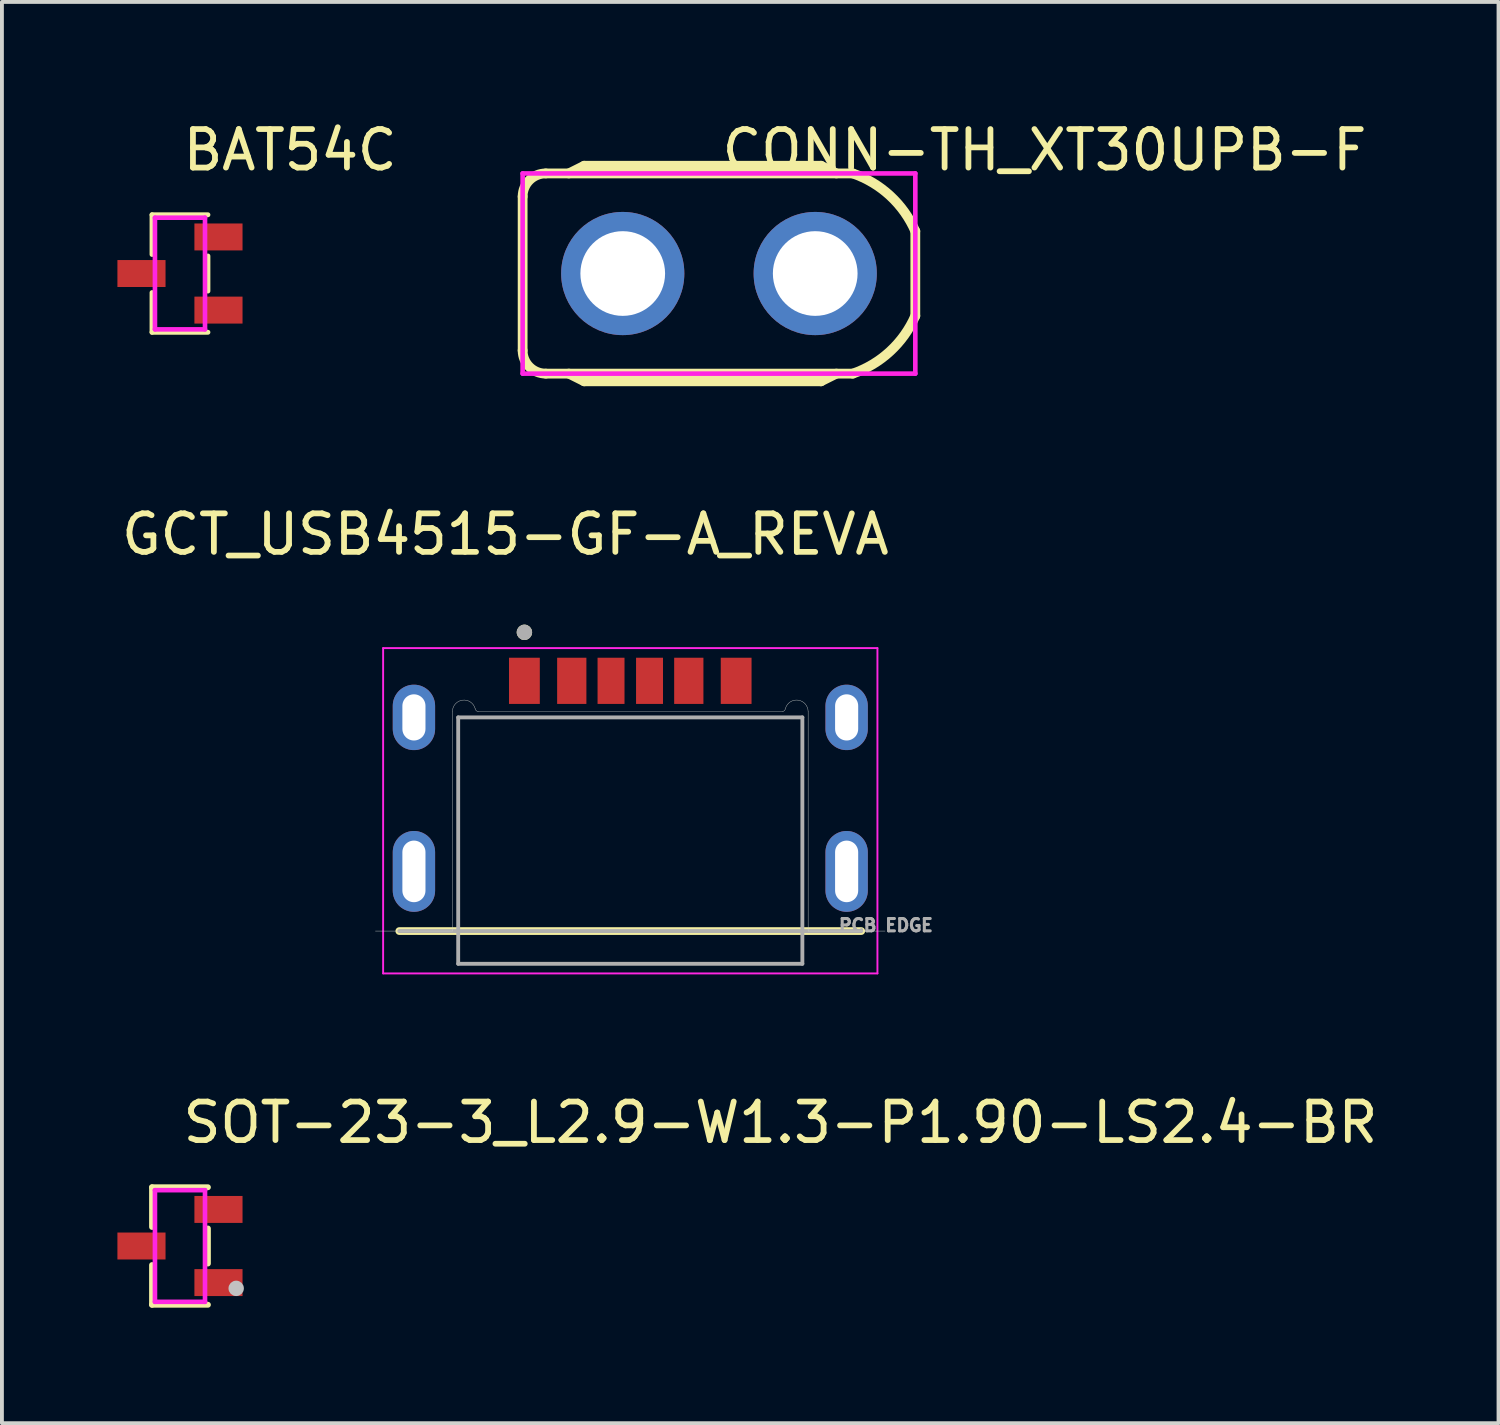
<source format=kicad_pcb>
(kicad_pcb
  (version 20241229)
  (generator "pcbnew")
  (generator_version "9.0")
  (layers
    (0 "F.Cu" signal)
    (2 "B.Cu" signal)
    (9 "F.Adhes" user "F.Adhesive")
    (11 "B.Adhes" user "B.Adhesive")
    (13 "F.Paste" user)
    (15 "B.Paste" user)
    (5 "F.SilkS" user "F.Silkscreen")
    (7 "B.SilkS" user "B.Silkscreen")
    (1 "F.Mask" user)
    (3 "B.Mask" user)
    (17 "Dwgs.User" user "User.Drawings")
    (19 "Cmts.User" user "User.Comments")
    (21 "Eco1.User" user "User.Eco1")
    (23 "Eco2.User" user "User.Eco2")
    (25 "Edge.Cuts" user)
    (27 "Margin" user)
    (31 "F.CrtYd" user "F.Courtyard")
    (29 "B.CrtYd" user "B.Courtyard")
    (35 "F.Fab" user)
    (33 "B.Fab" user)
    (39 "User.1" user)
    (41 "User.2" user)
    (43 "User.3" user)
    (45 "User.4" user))
  (footprint "CONN-TH_XT30UPB-F"
    (layer "F.Cu")
    (at 15.626 4.055)
    (property "Reference" "CONN-TH_XT30UPB-F" (at 0 -3.207 0) (layer "F.SilkS") (effects (font (size 1 1) (thickness 0.15)) (justify left)))
    (attr through_hole)
    (fp_line (start -5.1 2) (end -5.1 -2) (stroke (width 0.254) (type solid)) (layer "F.SilkS"))
    (fp_line (start -4.5 -2.6) (end 3.475 -2.6) (stroke (width 0.254) (type solid)) (layer "F.SilkS"))
    (fp_line (start -4.5 2.6) (end 3.475 2.6) (stroke (width 0.254) (type solid)) (layer "F.SilkS"))
    (fp_line (start -3.9 -2.6) (end -3.5 -2.8) (stroke (width 0.254) (type solid)) (layer "F.SilkS"))
    (fp_line (start -3.9 2.6) (end -3.5 2.8) (stroke (width 0.254) (type solid)) (layer "F.SilkS"))
    (fp_line (start 2.65 -2.8) (end -3.5 -2.8) (stroke (width 0.254) (type solid)) (layer "F.SilkS"))
    (fp_line (start 2.65 2.8) (end -3.5 2.8) (stroke (width 0.254) (type solid)) (layer "F.SilkS"))
    (fp_line (start 3.05 -2.6) (end 2.65 -2.8) (stroke (width 0.254) (type solid)) (layer "F.SilkS"))
    (fp_line (start 3.05 2.6) (end 2.65 2.8) (stroke (width 0.254) (type solid)) (layer "F.SilkS"))
    (fp_line (start 5.1 1.1) (end 5.1 -1.1) (stroke (width 0.254) (type solid)) (layer "F.SilkS"))
    (fp_arc (start -5.1 -2) (mid -4.924264 -2.424264) (end -4.5 -2.6) (stroke (width 0.254) (type solid)) (layer "F.SilkS"))
    (fp_arc (start -4.5 2.6) (mid -4.924264 2.424264) (end -5.1 2) (stroke (width 0.254) (type solid)) (layer "F.SilkS"))
    (fp_arc (start 3.475 -2.6) (mid 4.444678 -2.020411) (end 5.09953 -1.099885) (stroke (width 0.254) (type solid)) (layer "F.SilkS"))
    (fp_arc (start 5.1 1.1) (mid 4.445062 2.020706) (end 3.475233 2.600424) (stroke (width 0.254) (type solid)) (layer "F.SilkS"))
    (fp_circle (center -5.1 2.6) (end -5.07 2.6) (stroke (width 0.06) (type solid)) (fill no) (layer "Eco2.User"))
    (fp_circle (center -2.5 0) (end -2.1 0) (stroke (width 0.8) (type solid)) (fill no) (layer "Eco2.User"))
    (fp_circle (center 2.5 0) (end 2.9 0) (stroke (width 0.8) (type solid)) (fill no) (layer "Eco2.User"))
    (fp_line (start -5.1 -2.6) (end 5.1 -2.6) (stroke (width 0.12) (type solid)) (layer "F.CrtYd"))
    (fp_line (start -5.1 2.6) (end -5.1 -2.6) (stroke (width 0.12) (type solid)) (layer "F.CrtYd"))
    (fp_line (start 5.1 -2.6) (end 5.1 2.6) (stroke (width 0.12) (type solid)) (layer "F.CrtYd"))
    (fp_line (start 5.1 2.6) (end -5.1 2.6) (stroke (width 0.12) (type solid)) (layer "F.CrtYd"))
    (pad "1" thru_hole circle (at -2.5 0 90) (size 3.2 3.2) (drill 2.2) (layers "*.Cu" "*.Mask"))
    (pad "2" thru_hole circle (at 2.5 0 90) (size 3.2 3.2) (drill 2.2) (layers "*.Cu" "*.Mask")))
  (footprint "GCT_USB4515-GF-A_REVA"
    (layer "F.Cu")
    (at 13.322 19.585)
    (property "Reference" "GCT_USB4515-GF-A_REVA" (at -3.245 -8.755 0) (layer "F.SilkS") (effects (font (size 1 1) (thickness 0.15))))
    (attr smd)
    (fp_line (start 6 1.55) (end -6 1.55) (stroke (width 0.2) (type solid)) (layer "F.SilkS"))
    (fp_circle (center -2.75 -6.21) (end -2.65 -6.21) (stroke (width 0.2) (type solid)) (fill no) (layer "F.SilkS"))
    (fp_line (start -6.62 1.55) (end -4.62 1.55) (stroke (width 0.01) (type solid)) (layer "Edge.Cuts"))
    (fp_line (start -4.62 1.55) (end -4.62 -4.15) (stroke (width 0.01) (type solid)) (layer "Edge.Cuts"))
    (fp_line (start -3.95 -4.15) (end 3.95 -4.15) (stroke (width 0.01) (type solid)) (layer "Edge.Cuts"))
    (fp_line (start 4.62 -4.15) (end 4.62 1.55) (stroke (width 0.01) (type solid)) (layer "Edge.Cuts"))
    (fp_line (start 4.62 1.55) (end 6.62 1.55) (stroke (width 0.01) (type solid)) (layer "Edge.Cuts"))
    (fp_arc (start -4.62 -4.15) (mid -4.359942 -4.447699) (end -4.03 -4.23) (stroke (width 0.01) (type solid)) (layer "Edge.Cuts"))
    (fp_arc (start -3.95 -4.15) (mid -4.003271 -4.176729) (end -4.03 -4.23) (stroke (width 0.01) (type solid)) (layer "Edge.Cuts"))
    (fp_arc (start 4.03 -4.23) (mid 4.003271 -4.176729) (end 3.95 -4.15) (stroke (width 0.01) (type solid)) (layer "Edge.Cuts"))
    (fp_arc (start 4.03 -4.23) (mid 4.359942 -4.447699) (end 4.62 -4.15) (stroke (width 0.01) (type solid)) (layer "Edge.Cuts"))
    (fp_line (start -6.42 -5.8) (end -6.42 2.65) (stroke (width 0.05) (type solid)) (layer "F.CrtYd"))
    (fp_line (start -6.42 2.65) (end 6.42 2.65) (stroke (width 0.05) (type solid)) (layer "F.CrtYd"))
    (fp_line (start 6.42 -5.8) (end -6.42 -5.8) (stroke (width 0.05) (type solid)) (layer "F.CrtYd"))
    (fp_line (start 6.42 2.65) (end 6.42 -5.8) (stroke (width 0.05) (type solid)) (layer "F.CrtYd"))
    (fp_line (start -4.47 -4) (end 4.47 -4) (stroke (width 0.1) (type solid)) (layer "F.Fab"))
    (fp_line (start -4.47 2.4) (end -4.47 -4) (stroke (width 0.1) (type solid)) (layer "F.Fab"))
    (fp_line (start 4.47 -4) (end 4.47 2.4) (stroke (width 0.1) (type solid)) (layer "F.Fab"))
    (fp_line (start 4.47 2.4) (end -4.47 2.4) (stroke (width 0.1) (type solid)) (layer "F.Fab"))
    (fp_line (start 6 1.55) (end -6 1.55) (stroke (width 0.1) (type solid)) (layer "F.Fab"))
    (fp_circle (center -2.75 -6.21) (end -2.65 -6.21) (stroke (width 0.2) (type solid)) (fill no) (layer "F.Fab"))
    (fp_text user "PCB EDGE" (at 6.64 1.4 0) (layer "F.Fab") (effects (font (size 0.32 0.32) (thickness 0.08))))
    (pad "A5" smd rect (at -0.5 -4.95) (size 0.7 1.2) (layers "F.Cu" "F.Mask" "F.Paste"))
    (pad "A9" smd rect (at 1.52 -4.95) (size 0.76 1.2) (layers "F.Cu" "F.Mask" "F.Paste"))
    (pad "A12" smd rect (at 2.75 -4.95) (size 0.8 1.2) (layers "F.Cu" "F.Mask" "F.Paste"))
    (pad "B5" smd rect (at 0.5 -4.95) (size 0.7 1.2) (layers "F.Cu" "F.Mask" "F.Paste"))
    (pad "B9" smd rect (at -1.52 -4.95) (size 0.76 1.2) (layers "F.Cu" "F.Mask" "F.Paste"))
    (pad "B12" smd rect (at -2.75 -4.95) (size 0.8 1.2) (layers "F.Cu" "F.Mask" "F.Paste"))
    (pad "S1" thru_hole oval (at -5.62 0) (size 1.1 2.1) (drill oval 0.6 1.6) (layers "*.Cu" "*.Mask"))
    (pad "S2" thru_hole oval (at 5.62 0) (size 1.1 2.1) (drill oval 0.6 1.6) (layers "*.Cu" "*.Mask"))
    (pad "S3" thru_hole oval (at -5.62 -4) (size 1.1 1.7) (drill oval 0.6 1.2) (layers "*.Cu" "*.Mask"))
    (pad "S4" thru_hole oval (at 5.62 -4) (size 1.1 1.7) (drill oval 0.6 1.2) (layers "*.Cu" "*.Mask")))
  (footprint "BAT54C"
    (layer "F.Cu")
    (at 1.625 4.055)
    (property "Reference" "BAT54C" (at 0 -3.207 0) (layer "F.SilkS") (effects (font (size 1 1) (thickness 0.15)) (justify left)))
    (attr through_hole)
    (fp_line (start -0.726 -1.526) (end -0.726 -0.495) (stroke (width 0.127) (type solid)) (layer "F.SilkS"))
    (fp_line (start -0.726 1.526) (end -0.726 0.495) (stroke (width 0.127) (type solid)) (layer "F.SilkS"))
    (fp_line (start 0.726 -1.526) (end -0.726 -1.526) (stroke (width 0.127) (type solid)) (layer "F.SilkS"))
    (fp_line (start 0.726 -0.455) (end 0.726 0.455) (stroke (width 0.127) (type solid)) (layer "F.SilkS"))
    (fp_line (start 0.726 1.526) (end -0.726 1.526) (stroke (width 0.127) (type solid)) (layer "F.SilkS"))
    (fp_line (start -0.91 -0.215) (end -0.64 -0.215) (stroke (width 0.12) (type solid)) (layer "Eco2.User"))
    (fp_line (start -0.91 0.215) (end -0.91 -0.215) (stroke (width 0.12) (type solid)) (layer "Eco2.User"))
    (fp_line (start -0.64 -0.215) (end -0.64 0.215) (stroke (width 0.12) (type solid)) (layer "Eco2.User"))
    (fp_line (start -0.64 0.215) (end -0.91 0.215) (stroke (width 0.12) (type solid)) (layer "Eco2.User"))
    (fp_line (start 0.64 -1.165) (end 0.91 -1.165) (stroke (width 0.12) (type solid)) (layer "Eco2.User"))
    (fp_line (start 0.64 -0.735) (end 0.64 -1.165) (stroke (width 0.12) (type solid)) (layer "Eco2.User"))
    (fp_line (start 0.64 0.735) (end 0.91 0.735) (stroke (width 0.12) (type solid)) (layer "Eco2.User"))
    (fp_line (start 0.64 1.165) (end 0.64 0.735) (stroke (width 0.12) (type solid)) (layer "Eco2.User"))
    (fp_line (start 0.91 -1.165) (end 0.91 -0.735) (stroke (width 0.12) (type solid)) (layer "Eco2.User"))
    (fp_line (start 0.91 -0.735) (end 0.64 -0.735) (stroke (width 0.12) (type solid)) (layer "Eco2.User"))
    (fp_line (start 0.91 0.735) (end 0.91 1.165) (stroke (width 0.12) (type solid)) (layer "Eco2.User"))
    (fp_line (start 0.91 1.165) (end 0.64 1.165) (stroke (width 0.12) (type solid)) (layer "Eco2.User"))
    (fp_circle (center 1.2 1.45) (end 1.23 1.45) (stroke (width 0.06) (type solid)) (fill no) (layer "Eco2.User"))
    (fp_poly (pts (xy -1.2 0.215) (xy -1.2 -0.215) (xy -0.9 -0.215) (xy -0.9 0.215)) (stroke (width 0.12) (type solid)) (fill no) (layer "Eco2.User"))
    (fp_poly (pts (xy 0.9 -0.735) (xy 0.9 -1.165) (xy 1.2 -1.165) (xy 1.2 -0.735)) (stroke (width 0.12) (type solid)) (fill no) (layer "Eco2.User"))
    (fp_poly (pts (xy 0.9 1.165) (xy 0.9 0.735) (xy 1.2 0.735) (xy 1.2 1.165)) (stroke (width 0.12) (type solid)) (fill no) (layer "Eco2.User"))
    (fp_line (start -0.65 -1.45) (end 0.65 -1.45) (stroke (width 0.12) (type solid)) (layer "F.CrtYd"))
    (fp_line (start -0.65 1.45) (end -0.65 -1.45) (stroke (width 0.12) (type solid)) (layer "F.CrtYd"))
    (fp_line (start 0.65 -1.45) (end 0.65 1.45) (stroke (width 0.12) (type solid)) (layer "F.CrtYd"))
    (fp_line (start 0.65 1.45) (end -0.65 1.45) (stroke (width 0.12) (type solid)) (layer "F.CrtYd"))
    (pad "1" smd rect (at 1 0.95) (size 1.25 0.7) (layers "F.Cu" "F.Mask" "F.Paste"))
    (pad "2" smd rect (at 1 -0.95) (size 1.25 0.7) (layers "F.Cu" "F.Mask" "F.Paste"))
    (pad "3" smd rect (at -1 0) (size 1.25 0.7) (layers "F.Cu" "F.Mask" "F.Paste")))
  (footprint "SOT-23-3_L2.9-W1.3-P1.90-LS2.4-BR"
    (layer "F.Cu")
    (at 1.625 29.316)
    (property "Reference" "SOT-23-3_L2.9-W1.3-P1.90-LS2.4-BR" (at 0 -3.207 0) (layer "F.SilkS") (effects (font (size 1 1) (thickness 0.15)) (justify left)))
    (attr through_hole)
    (fp_line (start -0.726 -1.526) (end -0.726 -0.495) (stroke (width 0.152) (type solid)) (layer "F.SilkS"))
    (fp_line (start -0.726 1.526) (end -0.726 0.495) (stroke (width 0.152) (type solid)) (layer "F.SilkS"))
    (fp_line (start 0.726 -1.526) (end -0.726 -1.526) (stroke (width 0.152) (type solid)) (layer "F.SilkS"))
    (fp_line (start 0.726 -0.455) (end 0.726 0.455) (stroke (width 0.152) (type solid)) (layer "F.SilkS"))
    (fp_line (start 0.726 1.526) (end -0.726 1.526) (stroke (width 0.152) (type solid)) (layer "F.SilkS"))
    (fp_circle (center 1.46 1.1) (end 1.56 1.1) (stroke (width 0.2) (type solid)) (fill no) (layer "Dwgs.User"))
    (fp_line (start -0.91 -0.215) (end -0.64 -0.215) (stroke (width 0.12) (type solid)) (layer "Eco2.User"))
    (fp_line (start -0.91 0.215) (end -0.91 -0.215) (stroke (width 0.12) (type solid)) (layer "Eco2.User"))
    (fp_line (start -0.64 -0.215) (end -0.64 0.215) (stroke (width 0.12) (type solid)) (layer "Eco2.User"))
    (fp_line (start -0.64 0.215) (end -0.91 0.215) (stroke (width 0.12) (type solid)) (layer "Eco2.User"))
    (fp_line (start 0.64 -1.165) (end 0.91 -1.165) (stroke (width 0.12) (type solid)) (layer "Eco2.User"))
    (fp_line (start 0.64 -0.735) (end 0.64 -1.165) (stroke (width 0.12) (type solid)) (layer "Eco2.User"))
    (fp_line (start 0.64 0.735) (end 0.91 0.735) (stroke (width 0.12) (type solid)) (layer "Eco2.User"))
    (fp_line (start 0.64 1.165) (end 0.64 0.735) (stroke (width 0.12) (type solid)) (layer "Eco2.User"))
    (fp_line (start 0.91 -1.165) (end 0.91 -0.735) (stroke (width 0.12) (type solid)) (layer "Eco2.User"))
    (fp_line (start 0.91 -0.735) (end 0.64 -0.735) (stroke (width 0.12) (type solid)) (layer "Eco2.User"))
    (fp_line (start 0.91 0.735) (end 0.91 1.165) (stroke (width 0.12) (type solid)) (layer "Eco2.User"))
    (fp_line (start 0.91 1.165) (end 0.64 1.165) (stroke (width 0.12) (type solid)) (layer "Eco2.User"))
    (fp_circle (center 1.2 1.45) (end 1.23 1.45) (stroke (width 0.06) (type solid)) (fill no) (layer "Eco2.User"))
    (fp_poly (pts (xy -1.2 0.215) (xy -1.2 -0.215) (xy -0.9 -0.215) (xy -0.9 0.215)) (stroke (width 0.12) (type solid)) (fill no) (layer "Eco2.User"))
    (fp_poly (pts (xy 0.9 -0.735) (xy 0.9 -1.165) (xy 1.2 -1.165) (xy 1.2 -0.735)) (stroke (width 0.12) (type solid)) (fill no) (layer "Eco2.User"))
    (fp_poly (pts (xy 0.9 1.165) (xy 0.9 0.735) (xy 1.2 0.735) (xy 1.2 1.165)) (stroke (width 0.12) (type solid)) (fill no) (layer "Eco2.User"))
    (fp_line (start -0.65 -1.45) (end 0.65 -1.45) (stroke (width 0.12) (type solid)) (layer "F.CrtYd"))
    (fp_line (start -0.65 1.45) (end -0.65 -1.45) (stroke (width 0.12) (type solid)) (layer "F.CrtYd"))
    (fp_line (start 0.65 -1.45) (end 0.65 1.45) (stroke (width 0.12) (type solid)) (layer "F.CrtYd"))
    (fp_line (start 0.65 1.45) (end -0.65 1.45) (stroke (width 0.12) (type solid)) (layer "F.CrtYd"))
    (pad "1" smd rect (at 1 0.95) (size 1.25 0.7) (layers "F.Cu" "F.Mask" "F.Paste"))
    (pad "2" smd rect (at 1 -0.95) (size 1.25 0.7) (layers "F.Cu" "F.Mask" "F.Paste"))
    (pad "3" smd rect (at -1 0) (size 1.25 0.7) (layers "F.Cu" "F.Mask" "F.Paste")))
  (gr_rect
    (start -3 -3)
    (end 35.875 33.918)
    (stroke (width 0.1) (type default))
    (fill no)
    (layer "Edge.Cuts")))
</source>
